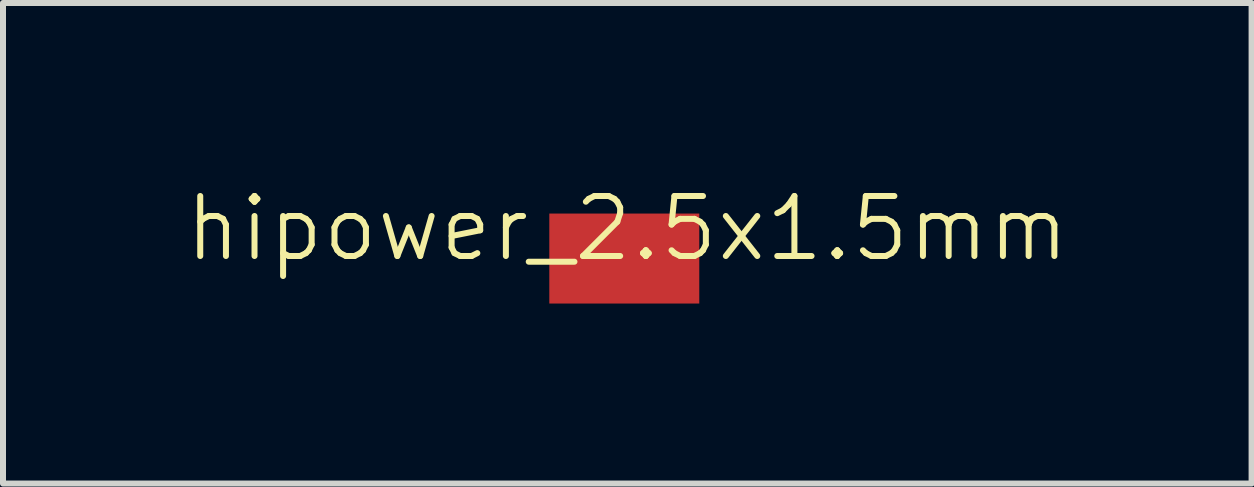
<source format=kicad_pcb>
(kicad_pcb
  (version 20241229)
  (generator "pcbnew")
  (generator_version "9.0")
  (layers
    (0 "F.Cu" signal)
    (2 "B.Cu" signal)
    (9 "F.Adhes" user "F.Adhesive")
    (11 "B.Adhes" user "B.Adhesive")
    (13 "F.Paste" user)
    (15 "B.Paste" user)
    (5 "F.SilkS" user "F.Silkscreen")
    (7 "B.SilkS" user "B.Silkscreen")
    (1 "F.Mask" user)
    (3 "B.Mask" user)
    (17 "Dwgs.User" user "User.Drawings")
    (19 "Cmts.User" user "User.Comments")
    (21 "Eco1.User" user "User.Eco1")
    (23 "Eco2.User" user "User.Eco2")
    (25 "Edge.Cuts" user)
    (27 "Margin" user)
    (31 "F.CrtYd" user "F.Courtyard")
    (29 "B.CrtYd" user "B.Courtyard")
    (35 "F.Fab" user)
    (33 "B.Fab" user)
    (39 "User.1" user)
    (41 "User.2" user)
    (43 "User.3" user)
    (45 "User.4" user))
  (footprint "hipower_2.5x1.5mm"
    (layer "F.Cu")
    (at 7.407 1.26)
    (property "Reference" "hipower_2.5x1.5mm" (at 0 -0.5 0) (unlocked yes) (layer "F.SilkS") (effects (font (size 1 1) (thickness 0.1))))
    (attr smd)
    (pad "1" smd rect (at -0.05 0) (size 2.5 1.5) (layers "F.Cu" "F.Mask")))
  (gr_rect
    (start -3 -3)
    (end 17.814 5.011)
    (stroke (width 0.1) (type default))
    (fill no)
    (layer "Edge.Cuts")))
</source>
